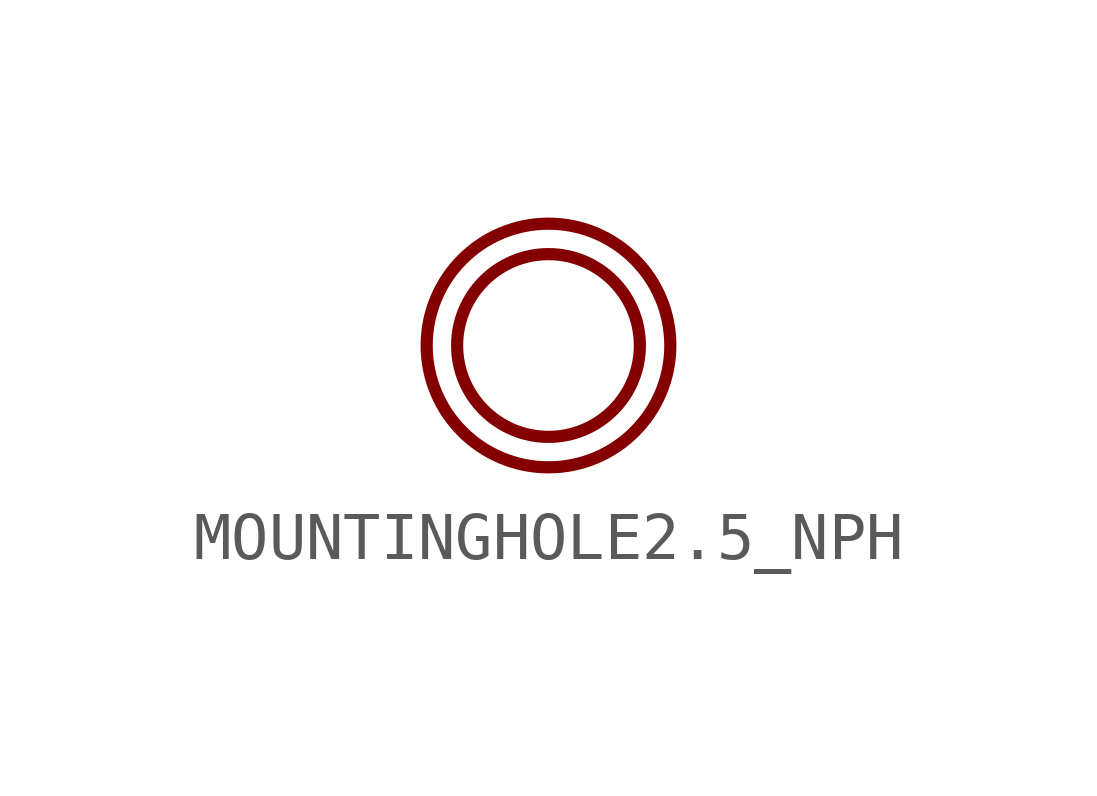
<source format=kicad_sym>
(kicad_symbol_lib
  (version 20211014)
  (generator kicad_symbol_editor)
  (symbol "MOUNTINGHOLE2.5_NPH"
    (property "Reference" ""
      (at 0 0 0)
      (effects (font (size 1.27 1.27)) hide))
    (property "ki_locked" ""
      (at 0 0 0)
      (effects (font (size 1.27 1.27))))
    (symbol "MOUNTINGHOLE2.5_NPH_1_0"
      (circle (center 0 0) (radius 1.905) (stroke (width 0.254) (type default) (color 0 0 0 0)) (fill (type none)))
      (circle (center 0 0) (radius 2.54) (stroke (width 0.254) (type default) (color 0 0 0 0)) (fill (type none))))))
</source>
